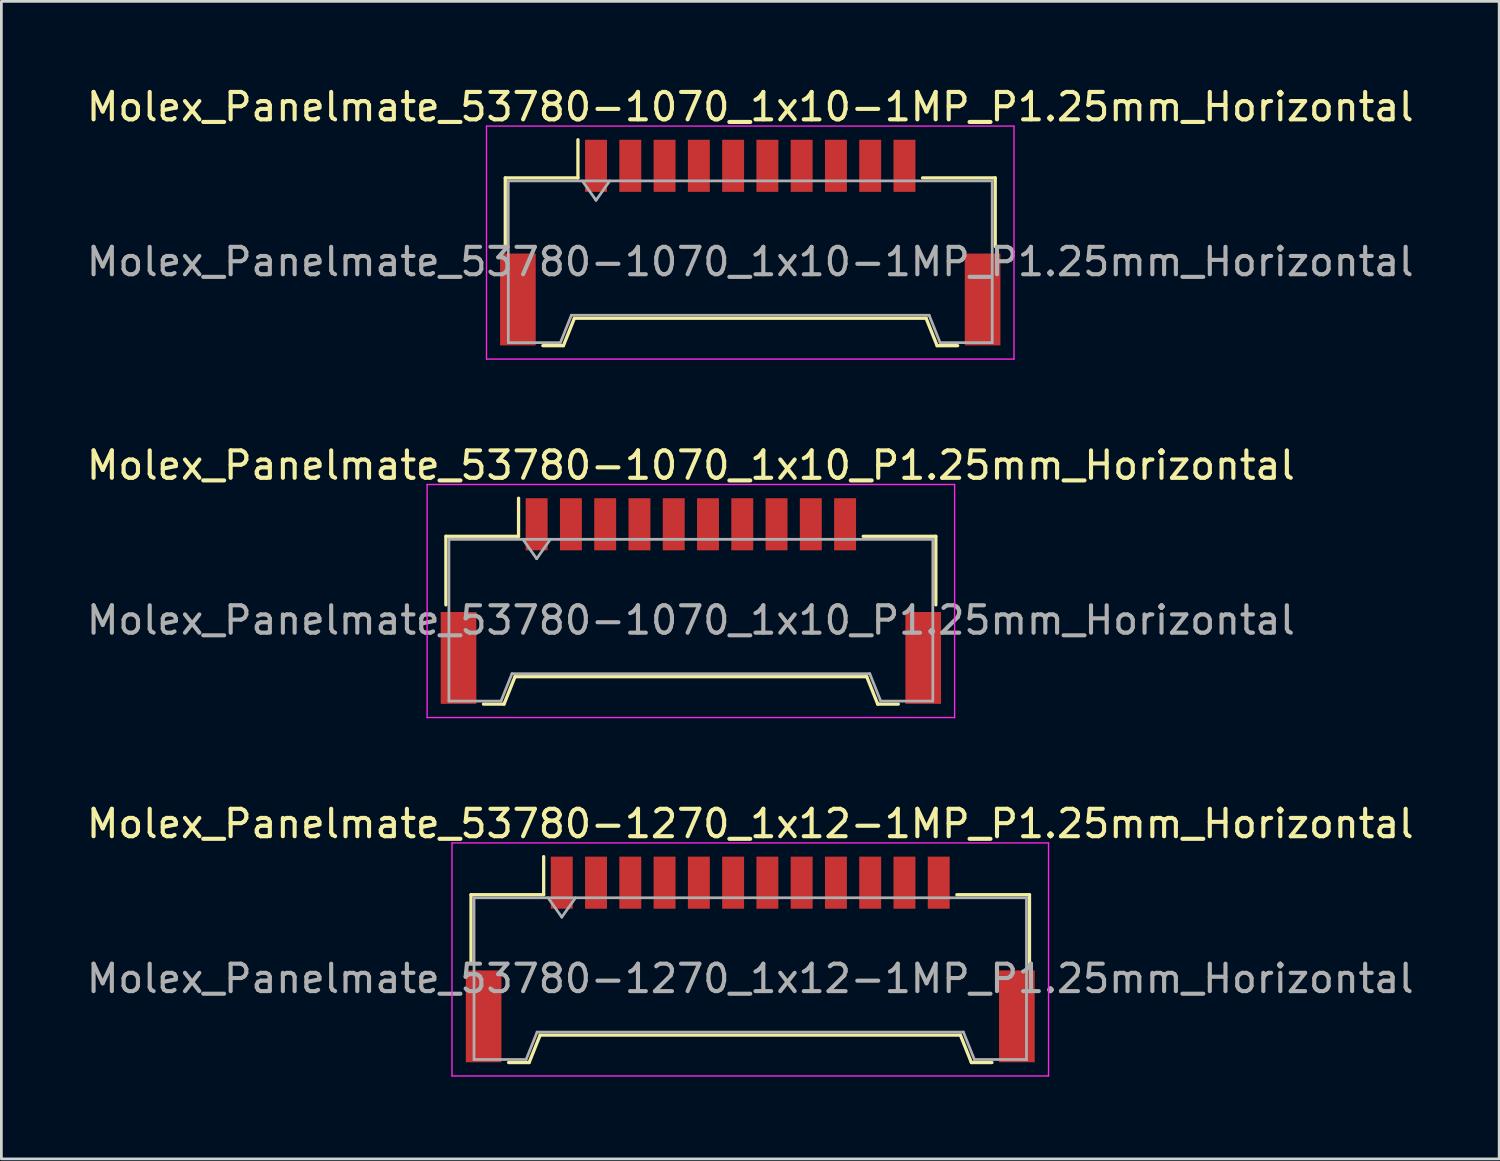
<source format=kicad_pcb>
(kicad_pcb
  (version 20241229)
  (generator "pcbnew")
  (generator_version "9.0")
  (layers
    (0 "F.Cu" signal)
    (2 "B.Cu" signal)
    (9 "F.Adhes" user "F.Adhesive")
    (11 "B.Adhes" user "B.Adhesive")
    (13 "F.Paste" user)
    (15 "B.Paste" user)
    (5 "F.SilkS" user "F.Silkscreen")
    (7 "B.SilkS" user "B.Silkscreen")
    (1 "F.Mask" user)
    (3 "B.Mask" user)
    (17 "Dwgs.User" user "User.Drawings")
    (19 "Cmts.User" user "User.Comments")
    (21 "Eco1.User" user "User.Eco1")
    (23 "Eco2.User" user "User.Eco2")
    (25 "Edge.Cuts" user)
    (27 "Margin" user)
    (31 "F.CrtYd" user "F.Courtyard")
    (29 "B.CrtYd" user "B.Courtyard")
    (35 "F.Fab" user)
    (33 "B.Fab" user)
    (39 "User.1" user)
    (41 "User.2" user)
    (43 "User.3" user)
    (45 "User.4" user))
  (footprint "Molex_Panelmate_53780-1270_1x12-1MP_P1.25mm_Horizontal"
    (layer "F.Cu")
    (at 24.315 31.945)
    (property "Reference" "Molex_Panelmate_53780-1270_1x12-1MP_P1.25mm_Horizontal" (at 0 -4.95 0) (layer "F.SilkS") (effects (font (size 1 1) (thickness 0.15))))
    (attr smd)
    (fp_line (start -10.185 -2.36) (end -7.535 -2.36) (stroke (width 0.12) (type solid)) (layer "F.SilkS"))
    (fp_line (start -10.185 0.14) (end -10.185 -2.36) (stroke (width 0.12) (type solid)) (layer "F.SilkS"))
    (fp_line (start -8.815 3.76) (end -8.065 3.76) (stroke (width 0.12) (type solid)) (layer "F.SilkS"))
    (fp_line (start -8.065 3.76) (end -7.665 2.76) (stroke (width 0.12) (type solid)) (layer "F.SilkS"))
    (fp_line (start -7.665 2.76) (end 7.665 2.76) (stroke (width 0.12) (type solid)) (layer "F.SilkS"))
    (fp_line (start -7.535 -2.36) (end -7.535 -3.75) (stroke (width 0.12) (type solid)) (layer "F.SilkS"))
    (fp_line (start 7.665 2.76) (end 8.065 3.76) (stroke (width 0.12) (type solid)) (layer "F.SilkS"))
    (fp_line (start 8.065 3.76) (end 8.815 3.76) (stroke (width 0.12) (type solid)) (layer "F.SilkS"))
    (fp_line (start 10.185 -2.36) (end 7.535 -2.36) (stroke (width 0.12) (type solid)) (layer "F.SilkS"))
    (fp_line (start 10.185 0.14) (end 10.185 -2.36) (stroke (width 0.12) (type solid)) (layer "F.SilkS"))
    (fp_line (start -10.88 -4.25) (end -10.88 4.25) (stroke (width 0.05) (type solid)) (layer "F.CrtYd"))
    (fp_line (start -10.88 4.25) (end 10.88 4.25) (stroke (width 0.05) (type solid)) (layer "F.CrtYd"))
    (fp_line (start 10.88 -4.25) (end -10.88 -4.25) (stroke (width 0.05) (type solid)) (layer "F.CrtYd"))
    (fp_line (start 10.88 4.25) (end 10.88 -4.25) (stroke (width 0.05) (type solid)) (layer "F.CrtYd"))
    (fp_line (start -10.075 -2.25) (end -10.075 3.65) (stroke (width 0.1) (type solid)) (layer "F.Fab"))
    (fp_line (start -10.075 -2.25) (end 10.075 -2.25) (stroke (width 0.1) (type solid)) (layer "F.Fab"))
    (fp_line (start -10.075 3.65) (end -8.175 3.65) (stroke (width 0.1) (type solid)) (layer "F.Fab"))
    (fp_line (start -8.175 3.65) (end -7.775 2.65) (stroke (width 0.1) (type solid)) (layer "F.Fab"))
    (fp_line (start -7.775 2.65) (end 7.775 2.65) (stroke (width 0.1) (type solid)) (layer "F.Fab"))
    (fp_line (start -7.375 -2.25) (end -6.875 -1.543) (stroke (width 0.1) (type solid)) (layer "F.Fab"))
    (fp_line (start -6.875 -1.543) (end -6.375 -2.25) (stroke (width 0.1) (type solid)) (layer "F.Fab"))
    (fp_line (start 7.775 2.65) (end 8.175 3.65) (stroke (width 0.1) (type solid)) (layer "F.Fab"))
    (fp_line (start 8.175 3.65) (end 10.075 3.65) (stroke (width 0.1) (type solid)) (layer "F.Fab"))
    (fp_line (start 10.075 -2.25) (end 10.075 3.65) (stroke (width 0.1) (type solid)) (layer "F.Fab"))
    (fp_text user "${REFERENCE}" (at 0 0.7 0) (layer "F.Fab") (effects (font (size 1 1) (thickness 0.15))))
    (pad "1" smd rect (at -6.875 -2.8) (size 0.8 1.9) (layers "F.Cu" "F.Mask" "F.Paste"))
    (pad "2" smd rect (at -5.625 -2.8) (size 0.8 1.9) (layers "F.Cu" "F.Mask" "F.Paste"))
    (pad "3" smd rect (at -4.375 -2.8) (size 0.8 1.9) (layers "F.Cu" "F.Mask" "F.Paste"))
    (pad "4" smd rect (at -3.125 -2.8) (size 0.8 1.9) (layers "F.Cu" "F.Mask" "F.Paste"))
    (pad "5" smd rect (at -1.875 -2.8) (size 0.8 1.9) (layers "F.Cu" "F.Mask" "F.Paste"))
    (pad "6" smd rect (at -0.625 -2.8) (size 0.8 1.9) (layers "F.Cu" "F.Mask" "F.Paste"))
    (pad "7" smd rect (at 0.625 -2.8) (size 0.8 1.9) (layers "F.Cu" "F.Mask" "F.Paste"))
    (pad "8" smd rect (at 1.875 -2.8) (size 0.8 1.9) (layers "F.Cu" "F.Mask" "F.Paste"))
    (pad "9" smd rect (at 3.125 -2.8) (size 0.8 1.9) (layers "F.Cu" "F.Mask" "F.Paste"))
    (pad "10" smd rect (at 4.375 -2.8) (size 0.8 1.9) (layers "F.Cu" "F.Mask" "F.Paste"))
    (pad "11" smd rect (at 5.625 -2.8) (size 0.8 1.9) (layers "F.Cu" "F.Mask" "F.Paste"))
    (pad "12" smd rect (at 6.875 -2.8) (size 0.8 1.9) (layers "F.Cu" "F.Mask" "F.Paste"))
    (pad "MP" smd rect (at -9.725 2.075) (size 1.3 3.35) (layers "F.Cu" "F.Mask" "F.Paste"))
    (pad "MP" smd rect (at 9.725 2.075) (size 1.3 3.35) (layers "F.Cu" "F.Mask" "F.Paste")))
  (footprint "Molex_Panelmate_53780-1070_1x10-1MP_P1.25mm_Horizontal"
    (layer "F.Cu")
    (at 24.315 5.798)
    (property "Reference" "Molex_Panelmate_53780-1070_1x10-1MP_P1.25mm_Horizontal" (at 0 -4.95 0) (layer "F.SilkS") (effects (font (size 1 1) (thickness 0.15))))
    (attr smd)
    (fp_line (start -8.935 -2.36) (end -6.285 -2.36) (stroke (width 0.12) (type solid)) (layer "F.SilkS"))
    (fp_line (start -8.935 0.14) (end -8.935 -2.36) (stroke (width 0.12) (type solid)) (layer "F.SilkS"))
    (fp_line (start -7.565 3.76) (end -6.815 3.76) (stroke (width 0.12) (type solid)) (layer "F.SilkS"))
    (fp_line (start -6.815 3.76) (end -6.415 2.76) (stroke (width 0.12) (type solid)) (layer "F.SilkS"))
    (fp_line (start -6.415 2.76) (end 6.415 2.76) (stroke (width 0.12) (type solid)) (layer "F.SilkS"))
    (fp_line (start -6.285 -2.36) (end -6.285 -3.75) (stroke (width 0.12) (type solid)) (layer "F.SilkS"))
    (fp_line (start 6.415 2.76) (end 6.815 3.76) (stroke (width 0.12) (type solid)) (layer "F.SilkS"))
    (fp_line (start 6.815 3.76) (end 7.565 3.76) (stroke (width 0.12) (type solid)) (layer "F.SilkS"))
    (fp_line (start 8.935 -2.36) (end 6.285 -2.36) (stroke (width 0.12) (type solid)) (layer "F.SilkS"))
    (fp_line (start 8.935 0.14) (end 8.935 -2.36) (stroke (width 0.12) (type solid)) (layer "F.SilkS"))
    (fp_line (start -9.62 -4.25) (end -9.62 4.25) (stroke (width 0.05) (type solid)) (layer "F.CrtYd"))
    (fp_line (start -9.62 4.25) (end 9.62 4.25) (stroke (width 0.05) (type solid)) (layer "F.CrtYd"))
    (fp_line (start 9.62 -4.25) (end -9.62 -4.25) (stroke (width 0.05) (type solid)) (layer "F.CrtYd"))
    (fp_line (start 9.62 4.25) (end 9.62 -4.25) (stroke (width 0.05) (type solid)) (layer "F.CrtYd"))
    (fp_line (start -8.825 -2.25) (end -8.825 3.65) (stroke (width 0.1) (type solid)) (layer "F.Fab"))
    (fp_line (start -8.825 -2.25) (end 8.825 -2.25) (stroke (width 0.1) (type solid)) (layer "F.Fab"))
    (fp_line (start -8.825 3.65) (end -6.925 3.65) (stroke (width 0.1) (type solid)) (layer "F.Fab"))
    (fp_line (start -6.925 3.65) (end -6.525 2.65) (stroke (width 0.1) (type solid)) (layer "F.Fab"))
    (fp_line (start -6.525 2.65) (end 6.525 2.65) (stroke (width 0.1) (type solid)) (layer "F.Fab"))
    (fp_line (start -6.125 -2.25) (end -5.625 -1.543) (stroke (width 0.1) (type solid)) (layer "F.Fab"))
    (fp_line (start -5.625 -1.543) (end -5.125 -2.25) (stroke (width 0.1) (type solid)) (layer "F.Fab"))
    (fp_line (start 6.525 2.65) (end 6.925 3.65) (stroke (width 0.1) (type solid)) (layer "F.Fab"))
    (fp_line (start 6.925 3.65) (end 8.825 3.65) (stroke (width 0.1) (type solid)) (layer "F.Fab"))
    (fp_line (start 8.825 -2.25) (end 8.825 3.65) (stroke (width 0.1) (type solid)) (layer "F.Fab"))
    (fp_text user "${REFERENCE}" (at 0 0.7 0) (layer "F.Fab") (effects (font (size 1 1) (thickness 0.15))))
    (pad "1" smd rect (at -5.625 -2.8) (size 0.8 1.9) (layers "F.Cu" "F.Mask" "F.Paste"))
    (pad "2" smd rect (at -4.375 -2.8) (size 0.8 1.9) (layers "F.Cu" "F.Mask" "F.Paste"))
    (pad "3" smd rect (at -3.125 -2.8) (size 0.8 1.9) (layers "F.Cu" "F.Mask" "F.Paste"))
    (pad "4" smd rect (at -1.875 -2.8) (size 0.8 1.9) (layers "F.Cu" "F.Mask" "F.Paste"))
    (pad "5" smd rect (at -0.625 -2.8) (size 0.8 1.9) (layers "F.Cu" "F.Mask" "F.Paste"))
    (pad "6" smd rect (at 0.625 -2.8) (size 0.8 1.9) (layers "F.Cu" "F.Mask" "F.Paste"))
    (pad "7" smd rect (at 1.875 -2.8) (size 0.8 1.9) (layers "F.Cu" "F.Mask" "F.Paste"))
    (pad "8" smd rect (at 3.125 -2.8) (size 0.8 1.9) (layers "F.Cu" "F.Mask" "F.Paste"))
    (pad "9" smd rect (at 4.375 -2.8) (size 0.8 1.9) (layers "F.Cu" "F.Mask" "F.Paste"))
    (pad "10" smd rect (at 5.625 -2.8) (size 0.8 1.9) (layers "F.Cu" "F.Mask" "F.Paste"))
    (pad "MP" smd rect (at -8.475 2.075) (size 1.3 3.35) (layers "F.Cu" "F.Mask" "F.Paste"))
    (pad "MP" smd rect (at 8.475 2.075) (size 1.3 3.35) (layers "F.Cu" "F.Mask" "F.Paste")))
  (footprint "Molex_Panelmate_53780-1070_1x10_P1.25mm_Horizontal"
    (layer "F.Cu")
    (at 22.149 18.872)
    (property "Reference" "Molex_Panelmate_53780-1070_1x10_P1.25mm_Horizontal" (at 0 -4.95 0) (layer "F.SilkS") (effects (font (size 1 1) (thickness 0.15))))
    (attr smd)
    (fp_line (start -8.935 -2.36) (end -6.285 -2.36) (stroke (width 0.12) (type solid)) (layer "F.SilkS"))
    (fp_line (start -8.935 0.14) (end -8.935 -2.36) (stroke (width 0.12) (type solid)) (layer "F.SilkS"))
    (fp_line (start -7.565 3.76) (end -6.815 3.76) (stroke (width 0.12) (type solid)) (layer "F.SilkS"))
    (fp_line (start -6.815 3.76) (end -6.415 2.76) (stroke (width 0.12) (type solid)) (layer "F.SilkS"))
    (fp_line (start -6.415 2.76) (end 6.415 2.76) (stroke (width 0.12) (type solid)) (layer "F.SilkS"))
    (fp_line (start -6.285 -2.36) (end -6.285 -3.75) (stroke (width 0.12) (type solid)) (layer "F.SilkS"))
    (fp_line (start 6.415 2.76) (end 6.815 3.76) (stroke (width 0.12) (type solid)) (layer "F.SilkS"))
    (fp_line (start 6.815 3.76) (end 7.565 3.76) (stroke (width 0.12) (type solid)) (layer "F.SilkS"))
    (fp_line (start 8.935 -2.36) (end 6.285 -2.36) (stroke (width 0.12) (type solid)) (layer "F.SilkS"))
    (fp_line (start 8.935 0.14) (end 8.935 -2.36) (stroke (width 0.12) (type solid)) (layer "F.SilkS"))
    (fp_line (start -9.62 -4.25) (end -9.62 4.25) (stroke (width 0.05) (type solid)) (layer "F.CrtYd"))
    (fp_line (start -9.62 4.25) (end 9.62 4.25) (stroke (width 0.05) (type solid)) (layer "F.CrtYd"))
    (fp_line (start 9.62 -4.25) (end -9.62 -4.25) (stroke (width 0.05) (type solid)) (layer "F.CrtYd"))
    (fp_line (start 9.62 4.25) (end 9.62 -4.25) (stroke (width 0.05) (type solid)) (layer "F.CrtYd"))
    (fp_line (start -8.825 -2.25) (end -8.825 3.65) (stroke (width 0.1) (type solid)) (layer "F.Fab"))
    (fp_line (start -8.825 -2.25) (end 8.825 -2.25) (stroke (width 0.1) (type solid)) (layer "F.Fab"))
    (fp_line (start -8.825 3.65) (end -6.925 3.65) (stroke (width 0.1) (type solid)) (layer "F.Fab"))
    (fp_line (start -6.925 3.65) (end -6.525 2.65) (stroke (width 0.1) (type solid)) (layer "F.Fab"))
    (fp_line (start -6.525 2.65) (end 6.525 2.65) (stroke (width 0.1) (type solid)) (layer "F.Fab"))
    (fp_line (start -6.125 -2.25) (end -5.625 -1.543) (stroke (width 0.1) (type solid)) (layer "F.Fab"))
    (fp_line (start -5.625 -1.543) (end -5.125 -2.25) (stroke (width 0.1) (type solid)) (layer "F.Fab"))
    (fp_line (start 6.525 2.65) (end 6.925 3.65) (stroke (width 0.1) (type solid)) (layer "F.Fab"))
    (fp_line (start 6.925 3.65) (end 8.825 3.65) (stroke (width 0.1) (type solid)) (layer "F.Fab"))
    (fp_line (start 8.825 -2.25) (end 8.825 3.65) (stroke (width 0.1) (type solid)) (layer "F.Fab"))
    (fp_text user "${REFERENCE}" (at 0 0.7 0) (layer "F.Fab") (effects (font (size 1 1) (thickness 0.15))))
    (pad "" smd rect (at -8.475 2.075) (size 1.3 3.35) (layers "F.Cu" "F.Mask" "F.Paste"))
    (pad "" smd rect (at 8.475 2.075) (size 1.3 3.35) (layers "F.Cu" "F.Mask" "F.Paste"))
    (pad "1" smd rect (at -5.625 -2.8) (size 0.8 1.9) (layers "F.Cu" "F.Mask" "F.Paste"))
    (pad "2" smd rect (at -4.375 -2.8) (size 0.8 1.9) (layers "F.Cu" "F.Mask" "F.Paste"))
    (pad "3" smd rect (at -3.125 -2.8) (size 0.8 1.9) (layers "F.Cu" "F.Mask" "F.Paste"))
    (pad "4" smd rect (at -1.875 -2.8) (size 0.8 1.9) (layers "F.Cu" "F.Mask" "F.Paste"))
    (pad "5" smd rect (at -0.625 -2.8) (size 0.8 1.9) (layers "F.Cu" "F.Mask" "F.Paste"))
    (pad "6" smd rect (at 0.625 -2.8) (size 0.8 1.9) (layers "F.Cu" "F.Mask" "F.Paste"))
    (pad "7" smd rect (at 1.875 -2.8) (size 0.8 1.9) (layers "F.Cu" "F.Mask" "F.Paste"))
    (pad "8" smd rect (at 3.125 -2.8) (size 0.8 1.9) (layers "F.Cu" "F.Mask" "F.Paste"))
    (pad "9" smd rect (at 4.375 -2.8) (size 0.8 1.9) (layers "F.Cu" "F.Mask" "F.Paste"))
    (pad "10" smd rect (at 5.625 -2.8) (size 0.8 1.9) (layers "F.Cu" "F.Mask" "F.Paste")))
  (gr_rect
    (start -3 -3)
    (end 51.631 39.22)
    (stroke (width 0.1) (type default))
    (fill no)
    (layer "Edge.Cuts")))
</source>
